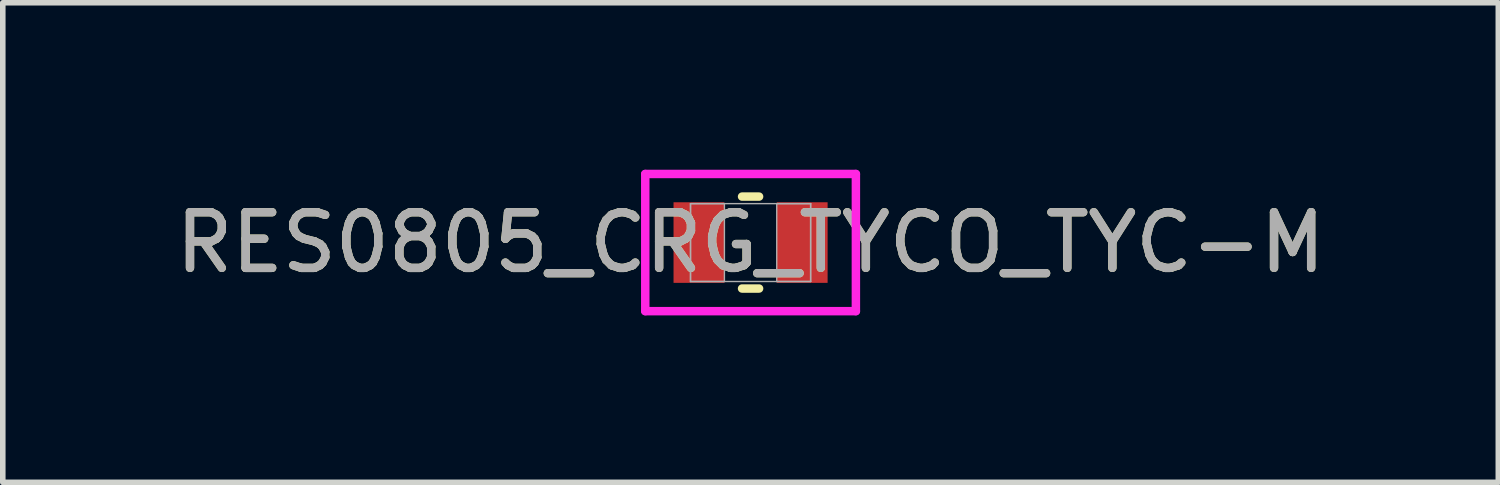
<source format=kicad_pcb>
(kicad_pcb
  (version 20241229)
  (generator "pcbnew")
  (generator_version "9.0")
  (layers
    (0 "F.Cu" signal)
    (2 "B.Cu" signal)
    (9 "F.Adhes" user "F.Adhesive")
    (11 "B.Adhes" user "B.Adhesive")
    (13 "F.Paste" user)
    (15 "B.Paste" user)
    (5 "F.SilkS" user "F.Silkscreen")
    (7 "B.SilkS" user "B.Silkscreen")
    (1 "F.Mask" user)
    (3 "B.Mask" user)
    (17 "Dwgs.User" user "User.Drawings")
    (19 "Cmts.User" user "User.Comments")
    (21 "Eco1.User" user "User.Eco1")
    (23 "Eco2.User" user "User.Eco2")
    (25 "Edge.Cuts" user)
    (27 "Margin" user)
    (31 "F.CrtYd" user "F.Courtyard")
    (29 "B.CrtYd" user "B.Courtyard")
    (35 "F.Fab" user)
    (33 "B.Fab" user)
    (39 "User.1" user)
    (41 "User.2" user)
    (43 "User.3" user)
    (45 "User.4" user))
  (footprint "RES0805_CRG_TYCO_TYC-M"
    (layer "F.Cu")
    (at 10.435 1.308)
    (property "Reference" "RES0805_CRG_TYCO_TYC-M" (at 0 0 0) (unlocked yes) (layer "F.SilkS") (effects (font (size 1 1) (thickness 0.15))))
    (attr smd)
    (fp_line (start -0.153 0.826) (end 0.153 0.826) (stroke (width 0.152) (type solid)) (layer "F.SilkS"))
    (fp_line (start 0.153 -0.826) (end -0.153 -0.826) (stroke (width 0.152) (type solid)) (layer "F.SilkS"))
    (fp_line (start -1.892 -1.232) (end 1.892 -1.232) (stroke (width 0.152) (type solid)) (layer "F.CrtYd"))
    (fp_line (start -1.892 1.232) (end -1.892 -1.232) (stroke (width 0.152) (type solid)) (layer "F.CrtYd"))
    (fp_line (start 1.892 -1.232) (end 1.892 1.232) (stroke (width 0.152) (type solid)) (layer "F.CrtYd"))
    (fp_line (start 1.892 1.232) (end -1.892 1.232) (stroke (width 0.152) (type solid)) (layer "F.CrtYd"))
    (fp_line (start -1.079 -0.699) (end -1.079 0.699) (stroke (width 0.025) (type solid)) (layer "F.Fab"))
    (fp_line (start -1.079 -0.699) (end -1.079 0.699) (stroke (width 0.025) (type solid)) (layer "F.Fab"))
    (fp_line (start -1.079 0.699) (end -0.47 0.699) (stroke (width 0.025) (type solid)) (layer "F.Fab"))
    (fp_line (start -1.079 0.699) (end 1.079 0.699) (stroke (width 0.025) (type solid)) (layer "F.Fab"))
    (fp_line (start -0.47 -0.699) (end -1.079 -0.699) (stroke (width 0.025) (type solid)) (layer "F.Fab"))
    (fp_line (start -0.47 0.699) (end -0.47 -0.699) (stroke (width 0.025) (type solid)) (layer "F.Fab"))
    (fp_line (start 0.47 -0.699) (end 0.47 0.699) (stroke (width 0.025) (type solid)) (layer "F.Fab"))
    (fp_line (start 0.47 0.699) (end 1.079 0.699) (stroke (width 0.025) (type solid)) (layer "F.Fab"))
    (fp_line (start 1.079 -0.699) (end -1.079 -0.699) (stroke (width 0.025) (type solid)) (layer "F.Fab"))
    (fp_line (start 1.079 -0.699) (end 0.47 -0.699) (stroke (width 0.025) (type solid)) (layer "F.Fab"))
    (fp_line (start 1.079 0.699) (end 1.079 -0.699) (stroke (width 0.025) (type solid)) (layer "F.Fab"))
    (fp_line (start 1.079 0.699) (end 1.079 -0.699) (stroke (width 0.025) (type solid)) (layer "F.Fab"))
    (fp_text user "${REFERENCE}" (at 0 0 0) (unlocked yes) (layer "F.Fab") (effects (font (size 1 1) (thickness 0.15))))
    (pad "1" smd rect (at -0.927 0) (size 0.914 1.448) (layers "F.Cu" "F.Mask" "F.Paste"))
    (pad "2" smd rect (at 0.927 0) (size 0.914 1.448) (layers "F.Cu" "F.Mask" "F.Paste"))
    (zone (net_name "") (layer "F.Cu") (hatch full 0.508) (connect_pads) (min_thickness 0.254) (filled_areas_thickness no) (keepout (tracks not_allowed) (vias not_allowed) (pads allowed) (copperpour not_allowed) (footprints allowed)) (placement (enabled no)) (fill) (polygon (pts (xy 10.015 0.66) (xy 10.854 0.66) (xy 10.854 1.956) (xy 10.015 1.956)))))
  (gr_rect
    (start -3 -3)
    (end 23.869 5.616)
    (stroke (width 0.1) (type default))
    (fill no)
    (layer "Edge.Cuts")))
</source>
